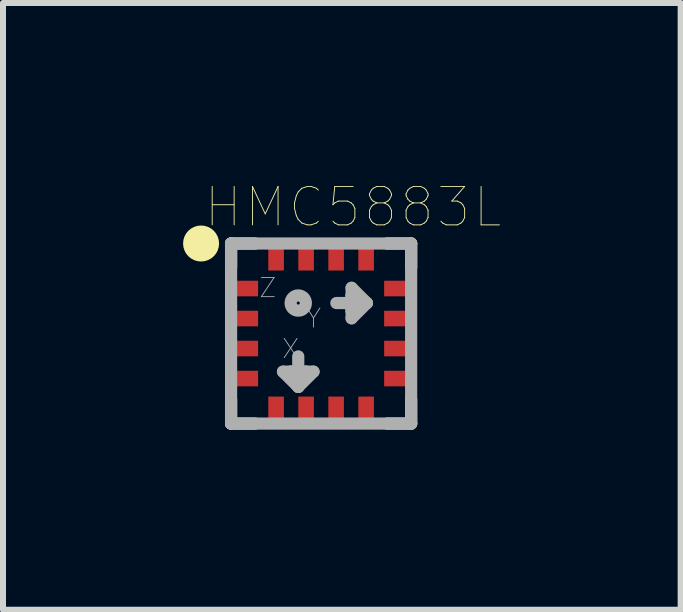
<source format=kicad_pcb>
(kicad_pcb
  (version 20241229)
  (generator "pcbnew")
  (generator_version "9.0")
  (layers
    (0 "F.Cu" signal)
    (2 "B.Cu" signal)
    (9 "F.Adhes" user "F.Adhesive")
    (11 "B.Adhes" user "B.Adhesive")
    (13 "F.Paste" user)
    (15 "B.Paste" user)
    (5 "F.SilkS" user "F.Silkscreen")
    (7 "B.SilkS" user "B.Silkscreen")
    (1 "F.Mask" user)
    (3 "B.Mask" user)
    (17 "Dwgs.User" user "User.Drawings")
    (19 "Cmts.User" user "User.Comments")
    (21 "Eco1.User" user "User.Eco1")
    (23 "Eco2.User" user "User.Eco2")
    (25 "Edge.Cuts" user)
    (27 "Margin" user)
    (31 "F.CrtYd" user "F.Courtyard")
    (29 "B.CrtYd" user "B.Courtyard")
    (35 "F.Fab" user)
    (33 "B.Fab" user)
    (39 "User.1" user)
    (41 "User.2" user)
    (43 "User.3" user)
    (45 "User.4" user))
  (footprint "HMC5883L"
    (layer "F.Cu")
    (at 2.3 2.507)
    (property "Reference" "HMC5883L" (at 0.532 -2.106 0) (layer "F.SilkS") (effects (font (size 0.64 0.64) (thickness 0.015))))
    (attr through_hole)
    (fp_line (start -1.5 -1.5) (end -1.1 -1.5) (stroke (width 0.203) (type solid)) (layer "F.SilkS"))
    (fp_line (start -1.5 -1.1) (end -1.5 -1.5) (stroke (width 0.203) (type solid)) (layer "F.SilkS"))
    (fp_line (start -1.5 1.5) (end -1.5 1.1) (stroke (width 0.203) (type solid)) (layer "F.SilkS"))
    (fp_line (start -1.1 1.5) (end -1.5 1.5) (stroke (width 0.203) (type solid)) (layer "F.SilkS"))
    (fp_line (start 1.1 -1.5) (end 1.5 -1.5) (stroke (width 0.203) (type solid)) (layer "F.SilkS"))
    (fp_line (start 1.5 -1.5) (end 1.5 -1.1) (stroke (width 0.203) (type solid)) (layer "F.SilkS"))
    (fp_line (start 1.5 1.1) (end 1.5 1.5) (stroke (width 0.203) (type solid)) (layer "F.SilkS"))
    (fp_line (start 1.5 1.5) (end 1.1 1.5) (stroke (width 0.203) (type solid)) (layer "F.SilkS"))
    (fp_circle (center -2 -1.5) (end -1.85 -1.5) (stroke (width 0.3) (type solid)) (fill no) (layer "F.SilkS"))
    (fp_line (start -1.5 -1.5) (end 1.5 -1.5) (stroke (width 0.203) (type solid)) (layer "F.Fab"))
    (fp_line (start -1.5 1.5) (end -1.5 -1.5) (stroke (width 0.203) (type solid)) (layer "F.Fab"))
    (fp_line (start -0.635 0.635) (end -0.508 0.635) (stroke (width 0.203) (type solid)) (layer "F.Fab"))
    (fp_line (start -0.508 0.635) (end -0.254 0.635) (stroke (width 0.203) (type solid)) (layer "F.Fab"))
    (fp_line (start -0.381 0.381) (end -0.381 0.762) (stroke (width 0.203) (type solid)) (layer "F.Fab"))
    (fp_line (start -0.381 0.762) (end -0.508 0.635) (stroke (width 0.203) (type solid)) (layer "F.Fab"))
    (fp_line (start -0.381 0.889) (end -0.635 0.635) (stroke (width 0.203) (type solid)) (layer "F.Fab"))
    (fp_line (start -0.381 0.889) (end -0.381 0.762) (stroke (width 0.203) (type solid)) (layer "F.Fab"))
    (fp_line (start -0.254 0.635) (end -0.381 0.762) (stroke (width 0.203) (type solid)) (layer "F.Fab"))
    (fp_line (start -0.254 0.635) (end -0.127 0.635) (stroke (width 0.203) (type solid)) (layer "F.Fab"))
    (fp_line (start -0.127 0.635) (end -0.381 0.889) (stroke (width 0.203) (type solid)) (layer "F.Fab"))
    (fp_line (start 0.254 -0.508) (end 0.635 -0.508) (stroke (width 0.203) (type solid)) (layer "F.Fab"))
    (fp_line (start 0.508 -0.762) (end 0.508 -0.635) (stroke (width 0.203) (type solid)) (layer "F.Fab"))
    (fp_line (start 0.508 -0.635) (end 0.635 -0.508) (stroke (width 0.203) (type solid)) (layer "F.Fab"))
    (fp_line (start 0.508 -0.381) (end 0.508 -0.635) (stroke (width 0.203) (type solid)) (layer "F.Fab"))
    (fp_line (start 0.508 -0.381) (end 0.508 -0.254) (stroke (width 0.203) (type solid)) (layer "F.Fab"))
    (fp_line (start 0.508 -0.254) (end 0.762 -0.508) (stroke (width 0.203) (type solid)) (layer "F.Fab"))
    (fp_line (start 0.635 -0.508) (end 0.508 -0.381) (stroke (width 0.203) (type solid)) (layer "F.Fab"))
    (fp_line (start 0.762 -0.508) (end 0.508 -0.762) (stroke (width 0.203) (type solid)) (layer "F.Fab"))
    (fp_line (start 0.762 -0.508) (end 0.635 -0.508) (stroke (width 0.203) (type solid)) (layer "F.Fab"))
    (fp_line (start 1.5 -1.5) (end 1.5 1.5) (stroke (width 0.203) (type solid)) (layer "F.Fab"))
    (fp_line (start 1.5 1.5) (end -1.5 1.5) (stroke (width 0.203) (type solid)) (layer "F.Fab"))
    (fp_circle (center -0.381 -0.508) (end -0.254 -0.508) (stroke (width 0.203) (type solid)) (fill no) (layer "F.Fab"))
    (fp_text user "X" (at -0.508 0.254 0) (layer "F.Fab") (effects (font (size 0.32 0.32) (thickness 0.015))))
    (fp_text user "Y" (at -0.127 -0.254 0) (layer "F.Fab") (effects (font (size 0.32 0.32) (thickness 0.015))))
    (fp_text user "Z" (at -0.889 -0.762 0) (layer "F.Fab") (effects (font (size 0.32 0.32) (thickness 0.015))))
    (pad "1" smd rect (at -1.275 -0.75) (size 0.45 0.26) (layers "F.Cu" "F.Mask" "F.Paste"))
    (pad "2" smd rect (at -1.275 -0.25) (size 0.45 0.26) (layers "F.Cu" "F.Mask" "F.Paste"))
    (pad "3" smd rect (at -1.275 0.25) (size 0.45 0.26) (layers "F.Cu" "F.Mask" "F.Paste"))
    (pad "4" smd rect (at -1.275 0.75) (size 0.45 0.26) (layers "F.Cu" "F.Mask" "F.Paste"))
    (pad "5" smd rect (at -0.75 1.275) (size 0.26 0.45) (layers "F.Cu" "F.Mask" "F.Paste"))
    (pad "6" smd rect (at -0.25 1.275) (size 0.26 0.45) (layers "F.Cu" "F.Mask" "F.Paste"))
    (pad "7" smd rect (at 0.25 1.275) (size 0.26 0.45) (layers "F.Cu" "F.Mask" "F.Paste"))
    (pad "8" smd rect (at 0.75 1.275) (size 0.26 0.45) (layers "F.Cu" "F.Mask" "F.Paste"))
    (pad "9" smd rect (at 1.275 0.75) (size 0.45 0.26) (layers "F.Cu" "F.Mask" "F.Paste"))
    (pad "10" smd rect (at 1.275 0.25) (size 0.45 0.26) (layers "F.Cu" "F.Mask" "F.Paste"))
    (pad "11" smd rect (at 1.275 -0.25) (size 0.45 0.26) (layers "F.Cu" "F.Mask" "F.Paste"))
    (pad "12" smd rect (at 1.275 -0.75) (size 0.45 0.26) (layers "F.Cu" "F.Mask" "F.Paste"))
    (pad "13" smd rect (at 0.75 -1.275) (size 0.26 0.45) (layers "F.Cu" "F.Mask" "F.Paste"))
    (pad "14" smd rect (at 0.25 -1.275) (size 0.26 0.45) (layers "F.Cu" "F.Mask" "F.Paste"))
    (pad "15" smd rect (at -0.25 -1.275) (size 0.26 0.45) (layers "F.Cu" "F.Mask" "F.Paste"))
    (pad "16" smd rect (at -0.75 -1.275) (size 0.26 0.45) (layers "F.Cu" "F.Mask" "F.Paste")))
  (gr_rect
    (start -3 -3)
    (end 8.29 7.109)
    (stroke (width 0.1) (type default))
    (fill no)
    (layer "Edge.Cuts")))
</source>
